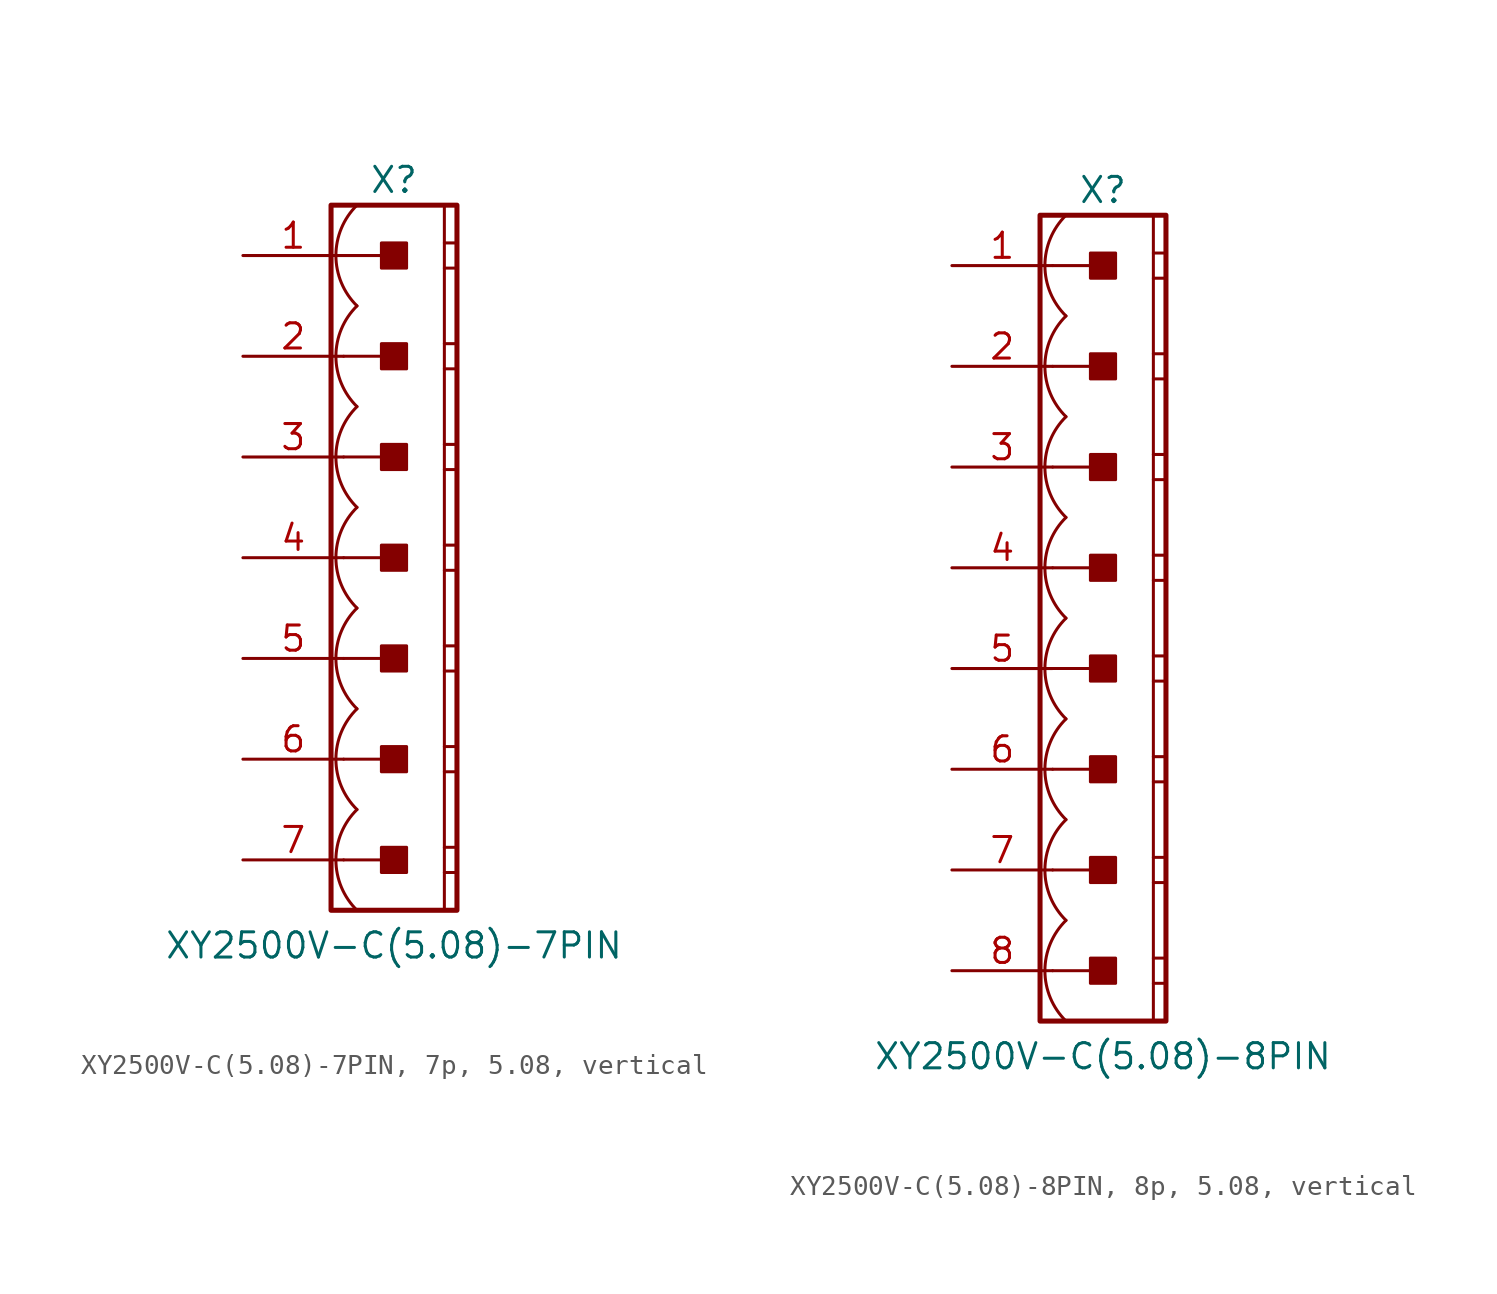
<source format=kicad_sym>
(kicad_symbol_lib
  (version 20241209)
  (generator "kicad_symbol_editor")
  (generator_version "9.0")
  (symbol "XY2500V-C(5.08)-7PIN, 7p, 5.08, vertical"
    (pin_names
      (offset 1.016)
      (hide yes))
    (property "Reference" "X"
      (at 0 19.05 0)
      (effects (font (size 1.27 1.27))))
    (property "Value" "XY2500V-C(5.08)-7PIN"
      (at 0 -19.558 0)
      (effects (font (size 1.27 1.27))))
    (symbol "XY2500V-C(5.08)-7PIN, 7p, 5.08, vertical_0_1"
      (polyline (pts (xy 2.54 17.78) (xy 2.54 -17.78)) (stroke (width 0.152) (type default)) (fill (type none)))
      (polyline (pts (xy 2.54 15.875) (xy 3.175 15.875)) (stroke (width 0.152) (type default)) (fill (type none)))
      (polyline (pts (xy 2.54 14.605) (xy 3.175 14.605)) (stroke (width 0.152) (type default)) (fill (type none)))
      (polyline (pts (xy 2.54 10.795) (xy 3.175 10.795)) (stroke (width 0.152) (type default)) (fill (type none)))
      (polyline (pts (xy 2.54 9.525) (xy 3.175 9.525)) (stroke (width 0.152) (type default)) (fill (type none)))
      (polyline (pts (xy 2.54 5.715) (xy 3.175 5.715)) (stroke (width 0.152) (type default)) (fill (type none)))
      (polyline (pts (xy 2.54 4.445) (xy 3.175 4.445)) (stroke (width 0.152) (type default)) (fill (type none)))
      (polyline (pts (xy 2.54 0.635) (xy 3.175 0.635)) (stroke (width 0.152) (type default)) (fill (type none)))
      (polyline (pts (xy 2.54 -0.635) (xy 3.175 -0.635)) (stroke (width 0.152) (type default)) (fill (type none)))
      (polyline (pts (xy 2.54 -4.445) (xy 3.175 -4.445)) (stroke (width 0.152) (type default)) (fill (type none)))
      (polyline (pts (xy 2.54 -5.715) (xy 3.175 -5.715)) (stroke (width 0.152) (type default)) (fill (type none)))
      (polyline (pts (xy 2.54 -9.525) (xy 3.175 -9.525)) (stroke (width 0.152) (type default)) (fill (type none)))
      (polyline (pts (xy 2.54 -10.795) (xy 3.175 -10.795)) (stroke (width 0.152) (type default)) (fill (type none)))
      (polyline (pts (xy 2.54 -14.605) (xy 3.175 -14.605)) (stroke (width 0.152) (type default)) (fill (type none)))
      (polyline (pts (xy 2.54 -15.875) (xy 3.175 -15.875)) (stroke (width 0.152) (type default)) (fill (type none))))
    (symbol "XY2500V-C(5.08)-7PIN, 7p, 5.08, vertical_1_0"
      (polyline (pts (xy -2.54 15.24) (xy 0 15.24)) (stroke (width 0.152) (type default)) (fill (type none)))
      (polyline (pts (xy -2.54 10.16) (xy 0 10.16)) (stroke (width 0.152) (type default)) (fill (type none)))
      (polyline (pts (xy -2.54 5.08) (xy 0 5.08)) (stroke (width 0.152) (type default)) (fill (type none)))
      (polyline (pts (xy -2.54 0) (xy 0 0)) (stroke (width 0.152) (type default)) (fill (type none)))
      (polyline (pts (xy -2.54 -5.08) (xy 0 -5.08)) (stroke (width 0.152) (type default)) (fill (type none)))
      (polyline (pts (xy -2.54 -10.16) (xy 0 -10.16)) (stroke (width 0.152) (type default)) (fill (type none)))
      (polyline (pts (xy -2.54 -15.24) (xy 0 -15.24)) (stroke (width 0.152) (type default)) (fill (type none))))
    (symbol "XY2500V-C(5.08)-7PIN, 7p, 5.08, vertical_1_1"
      (rectangle (start -3.175 17.78) (end 3.175 -17.78) (stroke (width 0.254) (type default)) (fill (type none)))
      (rectangle (start -0.635 14.605) (end 0.635 15.875) (stroke (width 0.152) (type default)) (fill (type outline)))
      (rectangle (start -0.635 9.525) (end 0.635 10.795) (stroke (width 0.152) (type default)) (fill (type outline)))
      (rectangle (start -0.635 4.445) (end 0.635 5.715) (stroke (width 0.152) (type default)) (fill (type outline)))
      (rectangle (start -0.635 -0.635) (end 0.635 0.635) (stroke (width 0.152) (type default)) (fill (type outline)))
      (rectangle (start -0.635 -5.715) (end 0.635 -4.445) (stroke (width 0.152) (type default)) (fill (type outline)))
      (rectangle (start -0.635 -10.795) (end 0.635 -9.525) (stroke (width 0.152) (type default)) (fill (type outline)))
      (rectangle (start -0.635 -15.875) (end 0.635 -14.605) (stroke (width 0.152) (type default)) (fill (type outline)))
      (arc (start -1.8664 12.7) (mid -2.9299 15.24) (end -1.8664 17.78) (stroke (width 0.1524) (type default)) (fill (type none)))
      (arc (start -1.8664 7.62) (mid -2.9299 10.16) (end -1.8664 12.7) (stroke (width 0.1524) (type default)) (fill (type none)))
      (arc (start -1.8664 2.54) (mid -2.9299 5.08) (end -1.8664 7.62) (stroke (width 0.1524) (type default)) (fill (type none)))
      (arc (start -1.8664 -2.54) (mid -2.9299 0) (end -1.8664 2.54) (stroke (width 0.1524) (type default)) (fill (type none)))
      (arc (start -1.8664 -7.62) (mid -2.9299 -5.08) (end -1.8664 -2.54) (stroke (width 0.1524) (type default)) (fill (type none)))
      (arc (start -1.8664 -12.7) (mid -2.9299 -10.16) (end -1.8664 -7.62) (stroke (width 0.1524) (type default)) (fill (type none)))
      (arc (start -1.8664 -17.78) (mid -2.9299 -15.24) (end -1.8664 -12.7) (stroke (width 0.1524) (type default)) (fill (type none)))
      (pin passive line (at -7.62 15.24 0) (length 5.08) (name "1" (effects (font (size 1.27 1.27)))) (number "1" (effects (font (size 1.27 1.27)))))
      (pin passive line (at -7.62 10.16 0) (length 5.08) (name "2" (effects (font (size 1.27 1.27)))) (number "2" (effects (font (size 1.27 1.27)))))
      (pin passive line (at -7.62 5.08 0) (length 5.08) (name "3" (effects (font (size 1.27 1.27)))) (number "3" (effects (font (size 1.27 1.27)))))
      (pin passive line (at -7.62 0 0) (length 5.08) (name "4" (effects (font (size 1.27 1.27)))) (number "4" (effects (font (size 1.27 1.27)))))
      (pin passive line (at -7.62 -5.08 0) (length 5.08) (name "5" (effects (font (size 1.27 1.27)))) (number "5" (effects (font (size 1.27 1.27)))))
      (pin passive line (at -7.62 -10.16 0) (length 5.08) (name "6" (effects (font (size 1.27 1.27)))) (number "6" (effects (font (size 1.27 1.27)))))
      (pin passive line (at -7.62 -15.24 0) (length 5.08) (name "7" (effects (font (size 1.27 1.27)))) (number "7" (effects (font (size 1.27 1.27)))))))
  (symbol "XY2500V-C(5.08)-8PIN, 8p, 5.08, vertical"
    (pin_names
      (offset 1.016)
      (hide yes))
    (property "Reference" "X"
      (at 0 21.59 0)
      (effects (font (size 1.27 1.27))))
    (property "Value" "XY2500V-C(5.08)-8PIN"
      (at 0 -22.098 0)
      (effects (font (size 1.27 1.27))))
    (symbol "XY2500V-C(5.08)-8PIN, 8p, 5.08, vertical_0_1"
      (polyline (pts (xy 2.54 20.32) (xy 2.54 -20.32)) (stroke (width 0.152) (type default)) (fill (type none)))
      (polyline (pts (xy 2.54 18.415) (xy 3.175 18.415)) (stroke (width 0.152) (type default)) (fill (type none)))
      (polyline (pts (xy 2.54 17.145) (xy 3.175 17.145)) (stroke (width 0.152) (type default)) (fill (type none)))
      (polyline (pts (xy 2.54 13.335) (xy 3.175 13.335)) (stroke (width 0.152) (type default)) (fill (type none)))
      (polyline (pts (xy 2.54 12.065) (xy 3.175 12.065)) (stroke (width 0.152) (type default)) (fill (type none)))
      (polyline (pts (xy 2.54 8.255) (xy 3.175 8.255)) (stroke (width 0.152) (type default)) (fill (type none)))
      (polyline (pts (xy 2.54 6.985) (xy 3.175 6.985)) (stroke (width 0.152) (type default)) (fill (type none)))
      (polyline (pts (xy 2.54 3.175) (xy 3.175 3.175)) (stroke (width 0.152) (type default)) (fill (type none)))
      (polyline (pts (xy 2.54 1.905) (xy 3.175 1.905)) (stroke (width 0.152) (type default)) (fill (type none)))
      (polyline (pts (xy 2.54 -1.905) (xy 3.175 -1.905)) (stroke (width 0.152) (type default)) (fill (type none)))
      (polyline (pts (xy 2.54 -3.175) (xy 3.175 -3.175)) (stroke (width 0.152) (type default)) (fill (type none)))
      (polyline (pts (xy 2.54 -6.985) (xy 3.175 -6.985)) (stroke (width 0.152) (type default)) (fill (type none)))
      (polyline (pts (xy 2.54 -8.255) (xy 3.175 -8.255)) (stroke (width 0.152) (type default)) (fill (type none)))
      (polyline (pts (xy 2.54 -12.065) (xy 3.175 -12.065)) (stroke (width 0.152) (type default)) (fill (type none)))
      (polyline (pts (xy 2.54 -13.335) (xy 3.175 -13.335)) (stroke (width 0.152) (type default)) (fill (type none)))
      (polyline (pts (xy 2.54 -17.145) (xy 3.175 -17.145)) (stroke (width 0.152) (type default)) (fill (type none)))
      (polyline (pts (xy 2.54 -18.415) (xy 3.175 -18.415)) (stroke (width 0.152) (type default)) (fill (type none))))
    (symbol "XY2500V-C(5.08)-8PIN, 8p, 5.08, vertical_1_0"
      (polyline (pts (xy -2.54 17.78) (xy 0 17.78)) (stroke (width 0.152) (type default)) (fill (type none)))
      (polyline (pts (xy -2.54 12.7) (xy 0 12.7)) (stroke (width 0.152) (type default)) (fill (type none)))
      (polyline (pts (xy -2.54 7.62) (xy 0 7.62)) (stroke (width 0.152) (type default)) (fill (type none)))
      (polyline (pts (xy -2.54 2.54) (xy 0 2.54)) (stroke (width 0.152) (type default)) (fill (type none)))
      (polyline (pts (xy -2.54 -2.54) (xy 0 -2.54)) (stroke (width 0.152) (type default)) (fill (type none)))
      (polyline (pts (xy -2.54 -7.62) (xy 0 -7.62)) (stroke (width 0.152) (type default)) (fill (type none)))
      (polyline (pts (xy -2.54 -12.7) (xy 0 -12.7)) (stroke (width 0.152) (type default)) (fill (type none)))
      (polyline (pts (xy -2.54 -17.78) (xy 0 -17.78)) (stroke (width 0.152) (type default)) (fill (type none))))
    (symbol "XY2500V-C(5.08)-8PIN, 8p, 5.08, vertical_1_1"
      (rectangle (start -3.175 20.32) (end 3.175 -20.32) (stroke (width 0.254) (type default)) (fill (type none)))
      (rectangle (start -0.635 17.145) (end 0.635 18.415) (stroke (width 0.152) (type default)) (fill (type outline)))
      (rectangle (start -0.635 12.065) (end 0.635 13.335) (stroke (width 0.152) (type default)) (fill (type outline)))
      (rectangle (start -0.635 6.985) (end 0.635 8.255) (stroke (width 0.152) (type default)) (fill (type outline)))
      (rectangle (start -0.635 1.905) (end 0.635 3.175) (stroke (width 0.152) (type default)) (fill (type outline)))
      (rectangle (start -0.635 -3.175) (end 0.635 -1.905) (stroke (width 0.152) (type default)) (fill (type outline)))
      (rectangle (start -0.635 -8.255) (end 0.635 -6.985) (stroke (width 0.152) (type default)) (fill (type outline)))
      (rectangle (start -0.635 -13.335) (end 0.635 -12.065) (stroke (width 0.152) (type default)) (fill (type outline)))
      (rectangle (start -0.635 -18.415) (end 0.635 -17.145) (stroke (width 0.152) (type default)) (fill (type outline)))
      (arc (start -1.8664 15.24) (mid -2.9299 17.78) (end -1.8664 20.32) (stroke (width 0.1524) (type default)) (fill (type none)))
      (arc (start -1.8664 10.16) (mid -2.9299 12.7) (end -1.8664 15.24) (stroke (width 0.1524) (type default)) (fill (type none)))
      (arc (start -1.8664 5.08) (mid -2.9299 7.62) (end -1.8664 10.16) (stroke (width 0.1524) (type default)) (fill (type none)))
      (arc (start -1.8664 0) (mid -2.9299 2.54) (end -1.8664 5.08) (stroke (width 0.1524) (type default)) (fill (type none)))
      (arc (start -1.8664 -5.08) (mid -2.9299 -2.54) (end -1.8664 0) (stroke (width 0.1524) (type default)) (fill (type none)))
      (arc (start -1.8664 -10.16) (mid -2.9299 -7.62) (end -1.8664 -5.08) (stroke (width 0.1524) (type default)) (fill (type none)))
      (arc (start -1.8664 -15.24) (mid -2.9299 -12.7) (end -1.8664 -10.16) (stroke (width 0.1524) (type default)) (fill (type none)))
      (arc (start -1.8664 -20.32) (mid -2.9299 -17.78) (end -1.8664 -15.24) (stroke (width 0.1524) (type default)) (fill (type none)))
      (pin passive line (at -7.62 17.78 0) (length 5.08) (name "1" (effects (font (size 1.27 1.27)))) (number "1" (effects (font (size 1.27 1.27)))))
      (pin passive line (at -7.62 12.7 0) (length 5.08) (name "2" (effects (font (size 1.27 1.27)))) (number "2" (effects (font (size 1.27 1.27)))))
      (pin passive line (at -7.62 7.62 0) (length 5.08) (name "3" (effects (font (size 1.27 1.27)))) (number "3" (effects (font (size 1.27 1.27)))))
      (pin passive line (at -7.62 2.54 0) (length 5.08) (name "4" (effects (font (size 1.27 1.27)))) (number "4" (effects (font (size 1.27 1.27)))))
      (pin passive line (at -7.62 -2.54 0) (length 5.08) (name "5" (effects (font (size 1.27 1.27)))) (number "5" (effects (font (size 1.27 1.27)))))
      (pin passive line (at -7.62 -7.62 0) (length 5.08) (name "6" (effects (font (size 1.27 1.27)))) (number "6" (effects (font (size 1.27 1.27)))))
      (pin passive line (at -7.62 -12.7 0) (length 5.08) (name "7" (effects (font (size 1.27 1.27)))) (number "7" (effects (font (size 1.27 1.27)))))
      (pin passive line (at -7.62 -17.78 0) (length 5.08) (name "8" (effects (font (size 1.27 1.27)))) (number "8" (effects (font (size 1.27 1.27))))))))
</source>
